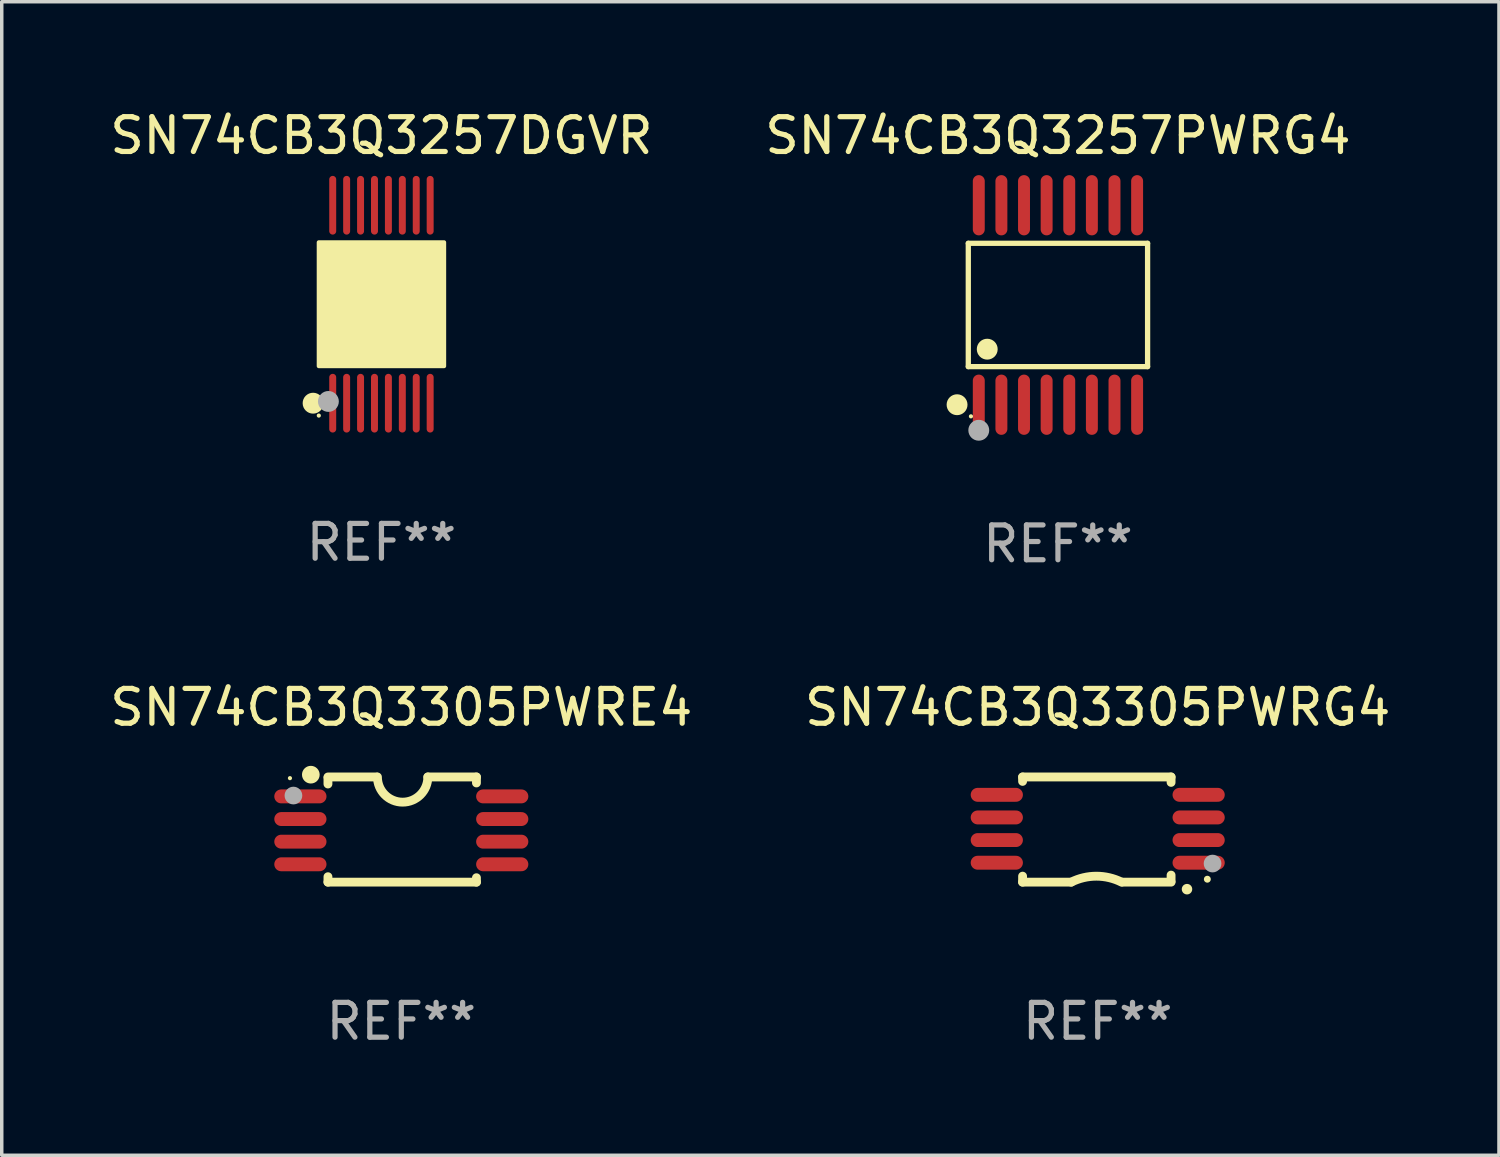
<source format=kicad_pcb>
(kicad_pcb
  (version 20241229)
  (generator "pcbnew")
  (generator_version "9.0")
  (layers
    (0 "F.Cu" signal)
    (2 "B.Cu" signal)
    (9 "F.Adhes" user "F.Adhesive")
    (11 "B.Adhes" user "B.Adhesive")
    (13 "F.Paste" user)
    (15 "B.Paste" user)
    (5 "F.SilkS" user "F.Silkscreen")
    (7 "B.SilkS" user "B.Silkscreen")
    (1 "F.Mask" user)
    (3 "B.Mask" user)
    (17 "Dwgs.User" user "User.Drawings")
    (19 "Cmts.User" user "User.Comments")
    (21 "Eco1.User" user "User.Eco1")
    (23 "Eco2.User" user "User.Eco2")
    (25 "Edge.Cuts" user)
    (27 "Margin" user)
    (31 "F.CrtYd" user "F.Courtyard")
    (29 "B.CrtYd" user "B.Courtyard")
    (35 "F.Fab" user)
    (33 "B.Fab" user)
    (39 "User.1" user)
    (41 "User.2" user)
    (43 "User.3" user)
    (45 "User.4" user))
  (footprint "SN74CB3Q3305PWRE4"
    (layer "F.Cu")
    (at 8.482 20.788)
    (property "Reference" "SN74CB3Q3305PWRE4" (at 0 -3.511 0) (layer "F.SilkS") (effects (font (size 1 1) (thickness 0.15))))
    (attr through_hole)
    (fp_line (start -2.108 -1.511) (end -0.711 -1.511) (stroke (width 0.254) (type solid)) (layer "F.SilkS"))
    (fp_line (start -2.108 -1.309) (end -2.108 -1.486) (stroke (width 0.254) (type solid)) (layer "F.SilkS"))
    (fp_line (start -2.108 1.511) (end -2.108 1.355) (stroke (width 0.254) (type solid)) (layer "F.SilkS"))
    (fp_line (start 0.762 -1.511) (end 2.159 -1.511) (stroke (width 0.254) (type solid)) (layer "F.SilkS"))
    (fp_line (start 2.159 -1.511) (end 2.159 -1.339) (stroke (width 0.254) (type solid)) (layer "F.SilkS"))
    (fp_line (start 2.159 1.384) (end 2.159 1.511) (stroke (width 0.254) (type solid)) (layer "F.SilkS"))
    (fp_line (start 2.159 1.511) (end -2.108 1.511) (stroke (width 0.254) (type solid)) (layer "F.SilkS"))
    (fp_arc (start 0.762002 -1.511303) (mid 0.0381 -0.787401) (end -0.685802 -1.511303) (stroke (width 0.254001) (type solid)) (layer "F.SilkS"))
    (fp_circle (center -3.2 -1.477) (end -3.17 -1.477) (stroke (width 0.06) (type solid)) (fill no) (layer "F.SilkS"))
    (fp_circle (center -2.6 -1.577) (end -2.473 -1.577) (stroke (width 0.254) (type solid)) (fill no) (layer "F.SilkS"))
    (fp_circle (center -3.1 -0.977) (end -2.973 -0.977) (stroke (width 0.254) (type solid)) (fill no) (layer "F.Fab"))
    (fp_text user "REF**" (at 0 5.511 0) (layer "F.Fab") (effects (font (size 1 1) (thickness 0.15))))
    (pad "1" smd oval (at -2.9 -0.953 90) (size 0.4 1.5) (layers "F.Cu" "F.Mask" "F.Paste"))
    (pad "2" smd oval (at -2.9 -0.302 90) (size 0.4 1.5) (layers "F.Cu" "F.Mask" "F.Paste"))
    (pad "3" smd oval (at -2.9 0.348 90) (size 0.4 1.5) (layers "F.Cu" "F.Mask" "F.Paste"))
    (pad "4" smd oval (at -2.9 0.998 90) (size 0.4 1.5) (layers "F.Cu" "F.Mask" "F.Paste"))
    (pad "5" smd oval (at 2.9 0.998 90) (size 0.4 1.5) (layers "F.Cu" "F.Mask" "F.Paste"))
    (pad "6" smd oval (at 2.9 0.348 90) (size 0.4 1.5) (layers "F.Cu" "F.Mask" "F.Paste"))
    (pad "7" smd oval (at 2.9 -0.302 90) (size 0.4 1.5) (layers "F.Cu" "F.Mask" "F.Paste"))
    (pad "8" smd oval (at 2.9 -0.953 90) (size 0.4 1.5) (layers "F.Cu" "F.Mask" "F.Paste")))
  (footprint "SN74CB3Q3305PWRG4"
    (layer "F.Cu")
    (at 28.494 20.788)
    (property "Reference" "SN74CB3Q3305PWRG4" (at 0 -3.511 0) (layer "F.SilkS") (effects (font (size 1 1) (thickness 0.15))))
    (attr through_hole)
    (fp_line (start -2.159 -1.511) (end 2.108 -1.511) (stroke (width 0.254) (type solid)) (layer "F.SilkS"))
    (fp_line (start -2.159 -1.384) (end -2.159 -1.511) (stroke (width 0.254) (type solid)) (layer "F.SilkS"))
    (fp_line (start -2.159 1.511) (end -2.159 1.339) (stroke (width 0.254) (type solid)) (layer "F.SilkS"))
    (fp_line (start -0.762 1.511) (end -2.159 1.511) (stroke (width 0.254) (type solid)) (layer "F.SilkS"))
    (fp_line (start 2.108 -1.511) (end 2.108 -1.355) (stroke (width 0.254) (type solid)) (layer "F.SilkS"))
    (fp_line (start 2.108 1.309) (end 2.108 1.486) (stroke (width 0.254) (type solid)) (layer "F.SilkS"))
    (fp_line (start 2.108 1.511) (end 0.711 1.511) (stroke (width 0.254) (type solid)) (layer "F.SilkS"))
    (fp_arc (start -0.762002 1.511303) (mid -0.0381 1.340413) (end 0.685801 1.511303) (stroke (width 0.254001) (type solid)) (layer "F.SilkS"))
    (fp_arc (start 2.565405 1.714503) (mid 2.5654 1.713233) (end 2.565405 1.711963) (stroke (width 0.3) (type solid)) (layer "F.SilkS"))
    (fp_circle (center 3.15 1.427) (end 3.2 1.427) (stroke (width 0.1) (type solid)) (fill no) (layer "F.SilkS"))
    (fp_circle (center 3.3 0.977) (end 3.427 0.977) (stroke (width 0.254) (type solid)) (fill no) (layer "F.Fab"))
    (fp_text user "REF**" (at 0 5.511 0) (layer "F.Fab") (effects (font (size 1 1) (thickness 0.15))))
    (pad "1" smd oval (at 2.9 0.953 270) (size 0.4 1.5) (layers "F.Cu" "F.Mask" "F.Paste"))
    (pad "2" smd oval (at 2.9 0.302 270) (size 0.4 1.5) (layers "F.Cu" "F.Mask" "F.Paste"))
    (pad "3" smd oval (at 2.9 -0.348 270) (size 0.4 1.5) (layers "F.Cu" "F.Mask" "F.Paste"))
    (pad "4" smd oval (at 2.9 -0.998 270) (size 0.4 1.5) (layers "F.Cu" "F.Mask" "F.Paste"))
    (pad "5" smd oval (at -2.9 -0.998 270) (size 0.4 1.5) (layers "F.Cu" "F.Mask" "F.Paste"))
    (pad "6" smd oval (at -2.9 -0.348 270) (size 0.4 1.5) (layers "F.Cu" "F.Mask" "F.Paste"))
    (pad "7" smd oval (at -2.9 0.302 270) (size 0.4 1.5) (layers "F.Cu" "F.Mask" "F.Paste"))
    (pad "8" smd oval (at -2.9 0.953 270) (size 0.4 1.5) (layers "F.Cu" "F.Mask" "F.Paste")))
  (footprint "SN74CB3Q3257PWRG4"
    (layer "F.Cu")
    (at 27.351 5.714)
    (property "Reference" "SN74CB3Q3257PWRG4" (at 0 -4.866 0) (layer "F.SilkS") (effects (font (size 1 1) (thickness 0.15))))
    (attr through_hole)
    (fp_line (start -2.576 -1.772) (end 2.576 -1.772) (stroke (width 0.152) (type solid)) (layer "F.SilkS"))
    (fp_line (start -2.576 1.771) (end -2.576 -1.772) (stroke (width 0.152) (type solid)) (layer "F.SilkS"))
    (fp_line (start 2.576 -1.772) (end 2.576 1.771) (stroke (width 0.152) (type solid)) (layer "F.SilkS"))
    (fp_line (start 2.576 1.771) (end -2.576 1.771) (stroke (width 0.152) (type solid)) (layer "F.SilkS"))
    (fp_circle (center -2.899 2.866) (end -2.749 2.866) (stroke (width 0.3) (type solid)) (fill no) (layer "F.SilkS"))
    (fp_circle (center -2.5 3.2) (end -2.47 3.2) (stroke (width 0.06) (type solid)) (fill no) (layer "F.SilkS"))
    (fp_circle (center -2.032 1.27) (end -1.882 1.27) (stroke (width 0.3) (type solid)) (fill no) (layer "F.SilkS"))
    (fp_circle (center -2.275 3.6) (end -2.125 3.6) (stroke (width 0.3) (type solid)) (fill no) (layer "F.Fab"))
    (fp_text user "REF**" (at 0 6.866 0) (layer "F.Fab") (effects (font (size 1 1) (thickness 0.15))))
    (pad "1" smd oval (at -2.275 2.866) (size 0.343 1.731) (layers "F.Cu" "F.Mask" "F.Paste"))
    (pad "2" smd oval (at -1.625 2.866) (size 0.343 1.731) (layers "F.Cu" "F.Mask" "F.Paste"))
    (pad "3" smd oval (at -0.975 2.866) (size 0.343 1.731) (layers "F.Cu" "F.Mask" "F.Paste"))
    (pad "4" smd oval (at -0.325 2.866) (size 0.343 1.731) (layers "F.Cu" "F.Mask" "F.Paste"))
    (pad "5" smd oval (at 0.325 2.866) (size 0.343 1.731) (layers "F.Cu" "F.Mask" "F.Paste"))
    (pad "6" smd oval (at 0.975 2.866) (size 0.343 1.731) (layers "F.Cu" "F.Mask" "F.Paste"))
    (pad "7" smd oval (at 1.625 2.866) (size 0.343 1.731) (layers "F.Cu" "F.Mask" "F.Paste"))
    (pad "8" smd oval (at 2.275 2.866) (size 0.343 1.731) (layers "F.Cu" "F.Mask" "F.Paste"))
    (pad "9" smd oval (at 2.275 -2.866) (size 0.343 1.731) (layers "F.Cu" "F.Mask" "F.Paste"))
    (pad "10" smd oval (at 1.625 -2.866) (size 0.343 1.731) (layers "F.Cu" "F.Mask" "F.Paste"))
    (pad "11" smd oval (at 0.975 -2.866) (size 0.343 1.731) (layers "F.Cu" "F.Mask" "F.Paste"))
    (pad "12" smd oval (at 0.325 -2.866) (size 0.343 1.731) (layers "F.Cu" "F.Mask" "F.Paste"))
    (pad "13" smd oval (at -0.325 -2.866) (size 0.343 1.731) (layers "F.Cu" "F.Mask" "F.Paste"))
    (pad "14" smd oval (at -0.975 -2.866) (size 0.343 1.731) (layers "F.Cu" "F.Mask" "F.Paste"))
    (pad "15" smd oval (at -1.625 -2.866) (size 0.343 1.731) (layers "F.Cu" "F.Mask" "F.Paste"))
    (pad "16" smd oval (at -2.275 -2.866) (size 0.343 1.731) (layers "F.Cu" "F.Mask" "F.Paste")))
  (footprint "SN74CB3Q3257DGVR"
    (layer "F.Cu")
    (at 7.911 5.692)
    (property "Reference" "SN74CB3Q3257DGVR" (at 0 -4.844 0) (layer "F.SilkS") (effects (font (size 1 1) (thickness 0.15))))
    (attr through_hole)
    (fp_circle (center -1.964 2.844) (end -1.814 2.844) (stroke (width 0.3) (type solid)) (fill no) (layer "F.SilkS"))
    (fp_circle (center -1.8 3.2) (end -1.77 3.2) (stroke (width 0.06) (type solid)) (fill no) (layer "F.SilkS"))
    (fp_circle (center -1.4 1.019) (end -1.25 1.019) (stroke (width 0.3) (type solid)) (fill no) (layer "F.SilkS"))
    (fp_poly (pts (xy -1.8 -1.778) (xy 1.8 -1.778) (xy 1.8 1.778) (xy -1.8 1.778)) (stroke (width 0.12) (type solid)) (fill yes) (layer "F.SilkS"))
    (fp_circle (center -1.524 2.794) (end -1.374 2.794) (stroke (width 0.3) (type solid)) (fill no) (layer "F.Fab"))
    (fp_text user "REF**" (at 0 6.844 0) (layer "F.Fab") (effects (font (size 1 1) (thickness 0.15))))
    (pad "1" smd oval (at -1.4 2.844) (size 0.2 1.687) (layers "F.Cu" "F.Mask" "F.Paste"))
    (pad "2" smd oval (at -1 2.844) (size 0.2 1.687) (layers "F.Cu" "F.Mask" "F.Paste"))
    (pad "3" smd oval (at -0.6 2.844) (size 0.2 1.687) (layers "F.Cu" "F.Mask" "F.Paste"))
    (pad "4" smd oval (at -0.2 2.844) (size 0.2 1.687) (layers "F.Cu" "F.Mask" "F.Paste"))
    (pad "5" smd oval (at 0.2 2.844) (size 0.2 1.687) (layers "F.Cu" "F.Mask" "F.Paste"))
    (pad "6" smd oval (at 0.6 2.844) (size 0.2 1.687) (layers "F.Cu" "F.Mask" "F.Paste"))
    (pad "7" smd oval (at 1 2.844) (size 0.2 1.687) (layers "F.Cu" "F.Mask" "F.Paste"))
    (pad "8" smd oval (at 1.4 2.844) (size 0.2 1.687) (layers "F.Cu" "F.Mask" "F.Paste"))
    (pad "9" smd oval (at 1.4 -2.844) (size 0.2 1.687) (layers "F.Cu" "F.Mask" "F.Paste"))
    (pad "10" smd oval (at 1 -2.844) (size 0.2 1.687) (layers "F.Cu" "F.Mask" "F.Paste"))
    (pad "11" smd oval (at 0.6 -2.844) (size 0.2 1.687) (layers "F.Cu" "F.Mask" "F.Paste"))
    (pad "12" smd oval (at 0.2 -2.844) (size 0.2 1.687) (layers "F.Cu" "F.Mask" "F.Paste"))
    (pad "13" smd oval (at -0.2 -2.844) (size 0.2 1.687) (layers "F.Cu" "F.Mask" "F.Paste"))
    (pad "14" smd oval (at -0.6 -2.844) (size 0.2 1.687) (layers "F.Cu" "F.Mask" "F.Paste"))
    (pad "15" smd oval (at -1 -2.844) (size 0.2 1.687) (layers "F.Cu" "F.Mask" "F.Paste"))
    (pad "16" smd oval (at -1.4 -2.844) (size 0.2 1.687) (layers "F.Cu" "F.Mask" "F.Paste")))
  (gr_rect
    (start -3 -3)
    (end 40.024 30.147)
    (stroke (width 0.1) (type default))
    (fill no)
    (layer "Edge.Cuts")))
</source>
